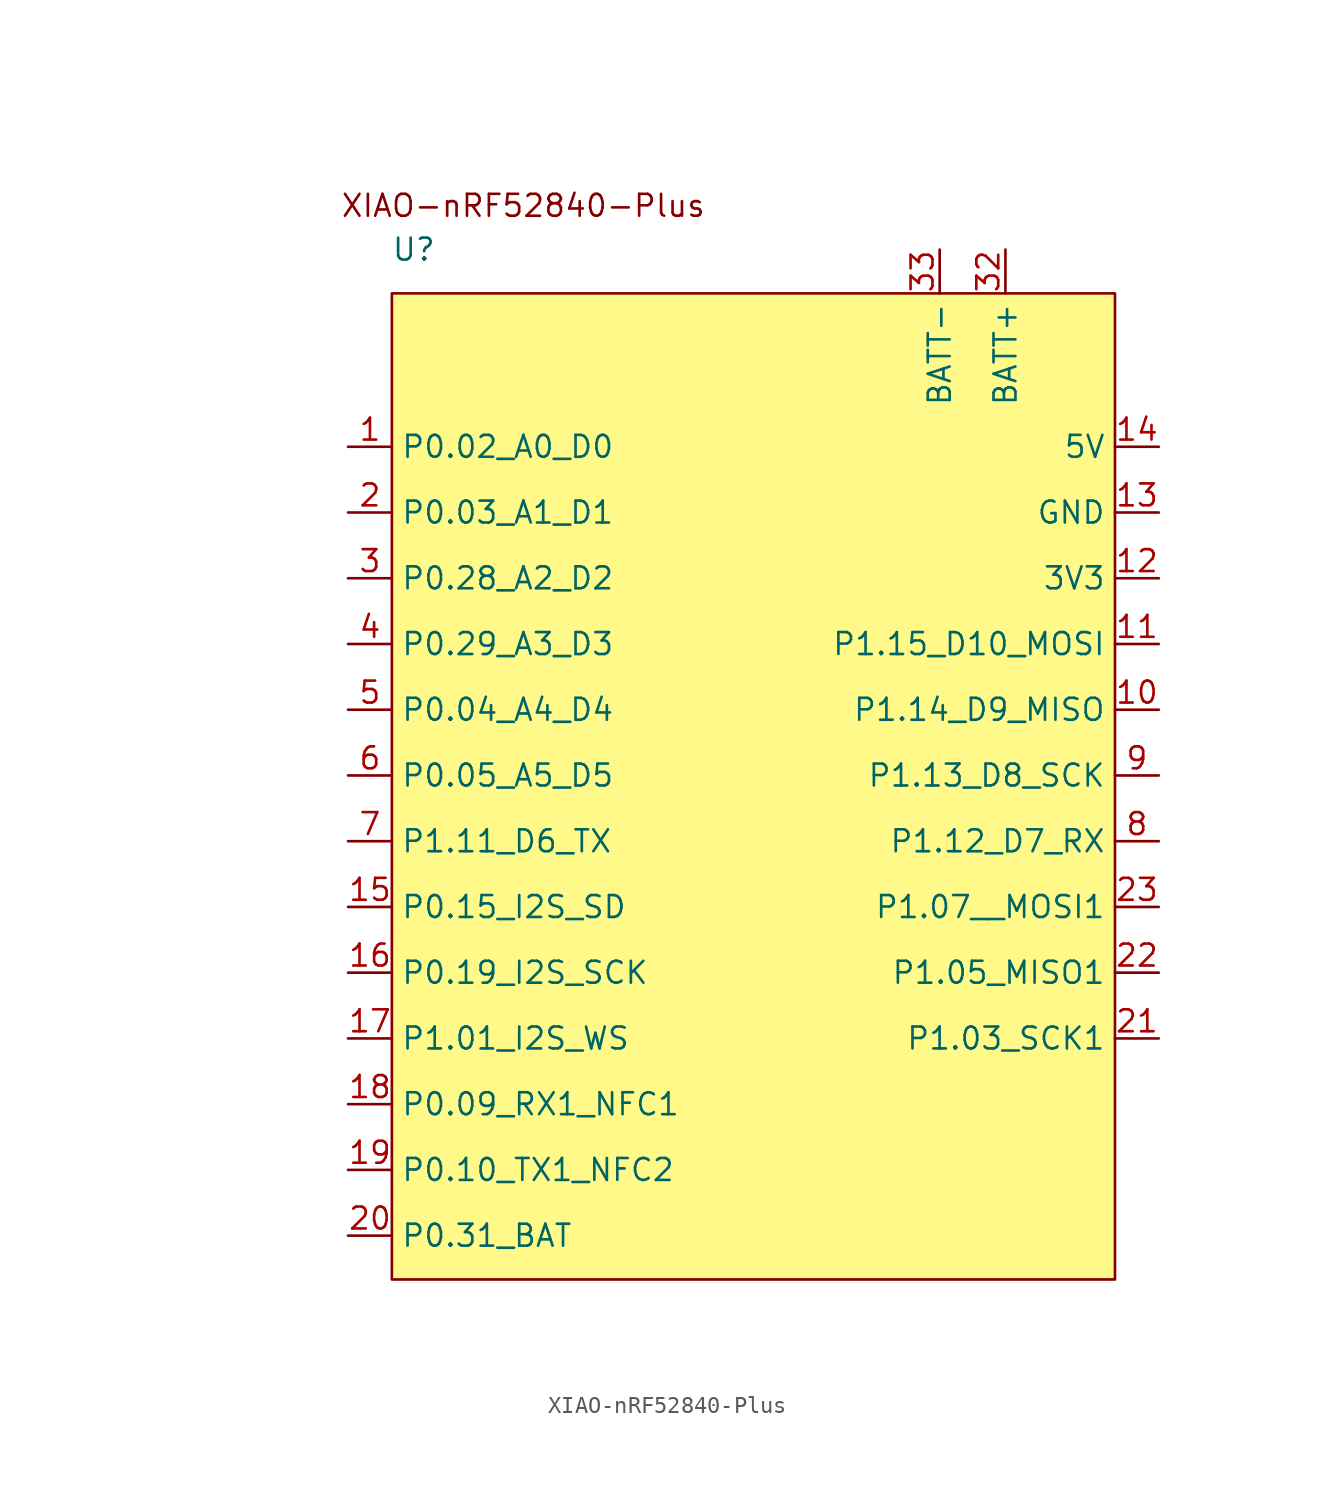
<source format=kicad_sym>
(kicad_symbol_lib
  (version 20241209)
  (generator "kicad_symbol_editor")
  (generator_version "9.0")
  (symbol "XIAO-nRF52840-Plus"
    (property "Reference" "U"
      (at 13.97 -3.81 0)
      (effects (font (size 1.27 1.27))))
    (property "Value" ""
      (at 0 0 0)
      (effects (font (size 1.27 1.27))))
    (symbol "XIAO-nRF52840-Plus_1_1"
      (text "XIAO-nRF52840-Plus" (at 20.32 -1.27 0) (effects (font (size 1.27 1.27))))
      (text_box "" (at 12.7 -6.35 0) (size 41.91 -57.15) (margins 1.016 1.016 1.016 1.016) (stroke (width 0) (type default)) (fill (type color) (color 255 249 138 1)) (effects (font (size 1.27 1.27)) (justify left top)))
      (pin unspecified line (at 10.16 -15.24 0) (length 2.54) (name "P0.02_A0_D0" (effects (font (size 1.27 1.27)))) (number "1" (effects (font (size 1.27 1.27)))))
      (pin unspecified line (at 10.16 -19.05 0) (length 2.54) (name "P0.03_A1_D1" (effects (font (size 1.27 1.27)))) (number "2" (effects (font (size 1.27 1.27)))))
      (pin unspecified line (at 10.16 -22.86 0) (length 2.54) (name "P0.28_A2_D2" (effects (font (size 1.27 1.27)))) (number "3" (effects (font (size 1.27 1.27)))))
      (pin unspecified line (at 10.16 -26.67 0) (length 2.54) (name "P0.29_A3_D3" (effects (font (size 1.27 1.27)))) (number "4" (effects (font (size 1.27 1.27)))))
      (pin unspecified line (at 10.16 -30.48 0) (length 2.54) (name "P0.04_A4_D4" (effects (font (size 1.27 1.27)))) (number "5" (effects (font (size 1.27 1.27)))))
      (pin unspecified line (at 10.16 -34.29 0) (length 2.54) (name "P0.05_A5_D5" (effects (font (size 1.27 1.27)))) (number "6" (effects (font (size 1.27 1.27)))))
      (pin unspecified line (at 10.16 -38.1 0) (length 2.54) (name "P1.11_D6_TX" (effects (font (size 1.27 1.27)))) (number "7" (effects (font (size 1.27 1.27)))))
      (pin unspecified line (at 10.16 -41.91 0) (length 2.54) (name "P0.15_I2S_SD" (effects (font (size 1.27 1.27)))) (number "15" (effects (font (size 1.27 1.27)))))
      (pin unspecified line (at 10.16 -45.72 0) (length 2.54) (name "P0.19_I2S_SCK" (effects (font (size 1.27 1.27)))) (number "16" (effects (font (size 1.27 1.27)))))
      (pin unspecified line (at 10.16 -49.53 0) (length 2.54) (name "P1.01_I2S_WS" (effects (font (size 1.27 1.27)))) (number "17" (effects (font (size 1.27 1.27)))))
      (pin unspecified line (at 10.16 -53.34 0) (length 2.54) (name "P0.09_RX1_NFC1" (effects (font (size 1.27 1.27)))) (number "18" (effects (font (size 1.27 1.27)))))
      (pin unspecified line (at 10.16 -57.15 0) (length 2.54) (name "P0.10_TX1_NFC2" (effects (font (size 1.27 1.27)))) (number "19" (effects (font (size 1.27 1.27)))))
      (pin unspecified line (at 10.16 -60.96 0) (length 2.54) (name "P0.31_BAT" (effects (font (size 1.27 1.27)))) (number "20" (effects (font (size 1.27 1.27)))))
      (pin unspecified line (at 44.45 -3.81 270) (length 2.54) (name "BATT-" (effects (font (size 1.27 1.27)))) (number "33" (effects (font (size 1.27 1.27)))))
      (pin unspecified line (at 48.26 -3.81 270) (length 2.54) (name "BATT+" (effects (font (size 1.27 1.27)))) (number "32" (effects (font (size 1.27 1.27)))))
      (pin unspecified line (at 57.15 -15.24 180) (length 2.54) (name "5V" (effects (font (size 1.27 1.27)))) (number "14" (effects (font (size 1.27 1.27)))))
      (pin unspecified line (at 57.15 -19.05 180) (length 2.54) (name "GND" (effects (font (size 1.27 1.27)))) (number "13" (effects (font (size 1.27 1.27)))))
      (pin unspecified line (at 57.15 -22.86 180) (length 2.54) (name "3V3" (effects (font (size 1.27 1.27)))) (number "12" (effects (font (size 1.27 1.27)))))
      (pin unspecified line (at 57.15 -26.67 180) (length 2.54) (name "P1.15_D10_MOSI" (effects (font (size 1.27 1.27)))) (number "11" (effects (font (size 1.27 1.27)))))
      (pin unspecified line (at 57.15 -30.48 180) (length 2.54) (name "P1.14_D9_MISO" (effects (font (size 1.27 1.27)))) (number "10" (effects (font (size 1.27 1.27)))))
      (pin unspecified line (at 57.15 -34.29 180) (length 2.54) (name "P1.13_D8_SCK" (effects (font (size 1.27 1.27)))) (number "9" (effects (font (size 1.27 1.27)))))
      (pin unspecified line (at 57.15 -38.1 180) (length 2.54) (name "P1.12_D7_RX" (effects (font (size 1.27 1.27)))) (number "8" (effects (font (size 1.27 1.27)))))
      (pin unspecified line (at 57.15 -41.91 180) (length 2.54) (name "P1.07__MOSI1" (effects (font (size 1.27 1.27)))) (number "23" (effects (font (size 1.27 1.27)))))
      (pin unspecified line (at 57.15 -45.72 180) (length 2.54) (name "P1.05_MISO1" (effects (font (size 1.27 1.27)))) (number "22" (effects (font (size 1.27 1.27)))))
      (pin unspecified line (at 57.15 -49.53 180) (length 2.54) (name "P1.03_SCK1" (effects (font (size 1.27 1.27)))) (number "21" (effects (font (size 1.27 1.27))))))))
</source>
